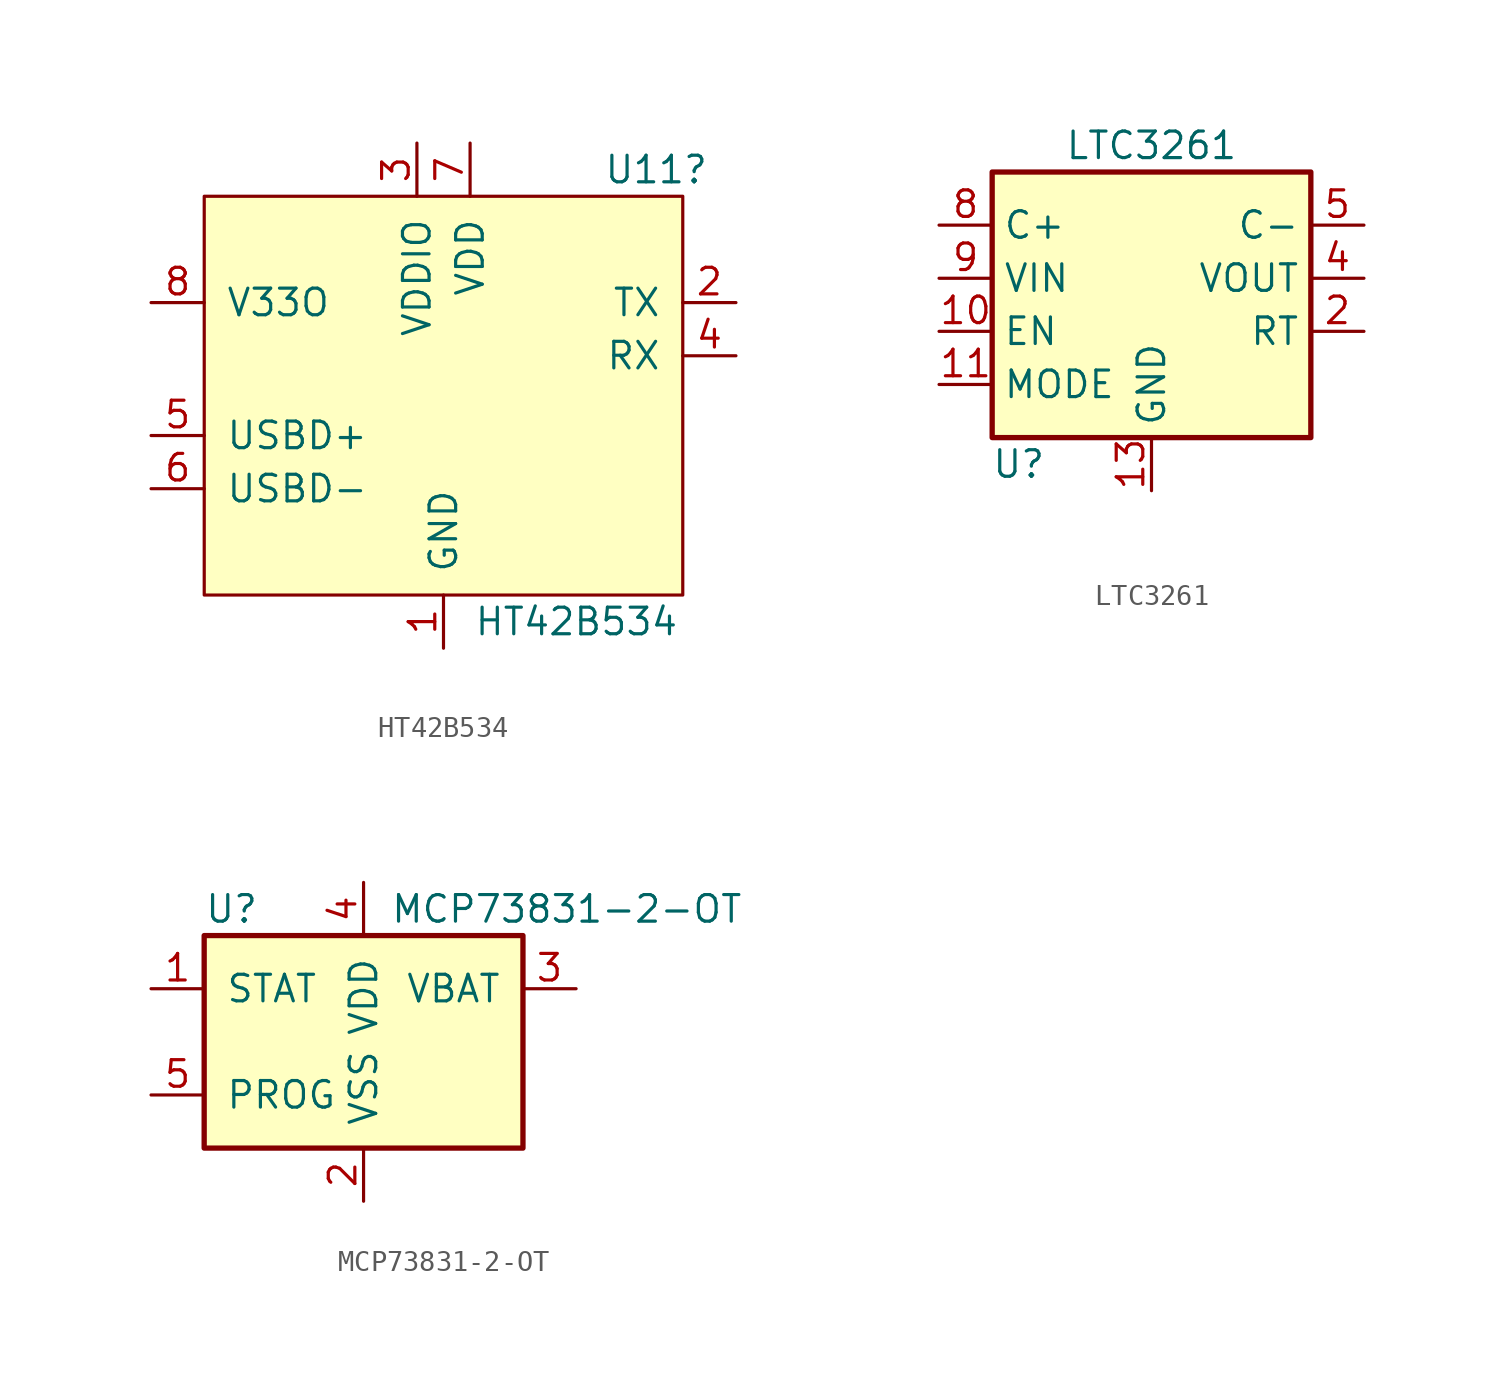
<source format=kicad_sym>
(kicad_symbol_lib
  (version 20211014)
  (generator kicad_symbol_editor)
  (symbol "HT42B534"
    (pin_names
      (offset 1.016))
    (property "Reference" "U11"
      (at 10.16 1.27 0)
      (effects (font (size 1.27 1.27))))
    (property "Value" "HT42B534"
      (at 6.35 -20.32 0)
      (effects (font (size 1.27 1.27))))
    (symbol "HT42B534_0_1"
      (rectangle (start -11.43 0) (end 11.43 -19.05) (stroke (width 0) (type default) (color 0 0 0 0)) (fill (type background))))
    (symbol "HT42B534_1_1"
      (pin power_in line (at 0 -21.59 90) (length 2.54) (name "GND" (effects (font (size 1.27 1.27)))) (number "1" (effects (font (size 1.27 1.27)))))
      (pin output line (at 13.97 -5.08 180) (length 2.54) (name "TX" (effects (font (size 1.27 1.27)))) (number "2" (effects (font (size 1.27 1.27)))))
      (pin power_in line (at -1.27 2.54 270) (length 2.54) (name "VDDIO" (effects (font (size 1.27 1.27)))) (number "3" (effects (font (size 1.27 1.27)))))
      (pin input line (at 13.97 -7.62 180) (length 2.54) (name "RX" (effects (font (size 1.27 1.27)))) (number "4" (effects (font (size 1.27 1.27)))))
      (pin bidirectional line (at -13.97 -11.43 0) (length 2.54) (name "USBD+" (effects (font (size 1.27 1.27)))) (number "5" (effects (font (size 1.27 1.27)))))
      (pin bidirectional line (at -13.97 -13.97 0) (length 2.54) (name "USBD-" (effects (font (size 1.27 1.27)))) (number "6" (effects (font (size 1.27 1.27)))))
      (pin power_in line (at 1.27 2.54 270) (length 2.54) (name "VDD" (effects (font (size 1.27 1.27)))) (number "7" (effects (font (size 1.27 1.27)))))
      (pin power_out line (at -13.97 -5.08 0) (length 2.54) (name "V33O" (effects (font (size 1.27 1.27)))) (number "8" (effects (font (size 1.27 1.27)))))))
  (symbol "LTC3261"
    (property "Reference" "U"
      (at -6.35 -7.62 0)
      (effects (font (size 1.27 1.27))))
    (property "Value" "LTC3261"
      (at 0 7.62 0)
      (effects (font (size 1.27 1.27))))
    (symbol "LTC3261_0_1"
      (rectangle (start -7.62 6.35) (end 7.62 -6.35) (stroke (width 0.254) (type default) (color 0 0 0 0)) (fill (type background))))
    (symbol "LTC3261_1_1"
      (pin no_connect line (at 10.16 -3.683 180) (length 2.54) hide (name "NC" (effects (font (size 1.27 1.27)))) (number "1" (effects (font (size 1.27 1.27)))))
      (pin input line (at -10.16 -1.27 0) (length 2.54) (name "EN" (effects (font (size 1.27 1.27)))) (number "10" (effects (font (size 1.27 1.27)))))
      (pin input line (at -10.16 -3.81 0) (length 2.54) (name "MODE" (effects (font (size 1.27 1.27)))) (number "11" (effects (font (size 1.27 1.27)))))
      (pin no_connect line (at 10.16 -11.049 180) (length 2.54) hide (name "NC" (effects (font (size 1.27 1.27)))) (number "12" (effects (font (size 1.27 1.27)))))
      (pin power_in line (at 0 -8.89 90) (length 2.54) (name "GND" (effects (font (size 1.27 1.27)))) (number "13" (effects (font (size 1.27 1.27)))))
      (pin bidirectional line (at 10.16 -1.27 180) (length 2.54) (name "RT" (effects (font (size 1.27 1.27)))) (number "2" (effects (font (size 1.27 1.27)))))
      (pin no_connect line (at 10.16 -5.207 180) (length 2.54) hide (name "NC" (effects (font (size 1.27 1.27)))) (number "3" (effects (font (size 1.27 1.27)))))
      (pin power_out line (at 10.16 1.27 180) (length 2.54) (name "VOUT" (effects (font (size 1.27 1.27)))) (number "4" (effects (font (size 1.27 1.27)))))
      (pin bidirectional line (at 10.16 3.81 180) (length 2.54) (name "C-" (effects (font (size 1.27 1.27)))) (number "5" (effects (font (size 1.27 1.27)))))
      (pin bidirectional line (at 10.16 3.81 180) (length 2.54) hide (name "C-" (effects (font (size 1.27 1.27)))) (number "6" (effects (font (size 1.27 1.27)))))
      (pin bidirectional line (at -10.16 3.81 0) (length 2.54) hide (name "C+" (effects (font (size 1.27 1.27)))) (number "7" (effects (font (size 1.27 1.27)))))
      (pin bidirectional line (at -10.16 3.81 0) (length 2.54) (name "C+" (effects (font (size 1.27 1.27)))) (number "8" (effects (font (size 1.27 1.27)))))
      (pin power_in line (at -10.16 1.27 0) (length 2.54) (name "VIN" (effects (font (size 1.27 1.27)))) (number "9" (effects (font (size 1.27 1.27)))))))
  (symbol "MCP73831-2-OT"
    (pin_names
      (offset 1.016))
    (property "Reference" "U"
      (at -7.62 6.35 0)
      (effects (font (size 1.27 1.27)) (justify left)))
    (property "Value" "MCP73831-2-OT"
      (at 1.27 6.35 0)
      (effects (font (size 1.27 1.27)) (justify left)))
    (symbol "MCP73831-2-OT_0_1"
      (rectangle (start -7.62 5.08) (end 7.62 -5.08) (stroke (width 0.254) (type default) (color 0 0 0 0)) (fill (type background))))
    (symbol "MCP73831-2-OT_1_1"
      (pin output line (at -10.16 2.54 0) (length 2.54) (name "STAT" (effects (font (size 1.27 1.27)))) (number "1" (effects (font (size 1.27 1.27)))))
      (pin power_in line (at 0 -7.62 90) (length 2.54) (name "VSS" (effects (font (size 1.27 1.27)))) (number "2" (effects (font (size 1.27 1.27)))))
      (pin power_out line (at 10.16 2.54 180) (length 2.54) (name "VBAT" (effects (font (size 1.27 1.27)))) (number "3" (effects (font (size 1.27 1.27)))))
      (pin power_in line (at 0 7.62 270) (length 2.54) (name "VDD" (effects (font (size 1.27 1.27)))) (number "4" (effects (font (size 1.27 1.27)))))
      (pin input line (at -10.16 -2.54 0) (length 2.54) (name "PROG" (effects (font (size 1.27 1.27)))) (number "5" (effects (font (size 1.27 1.27))))))))
</source>
